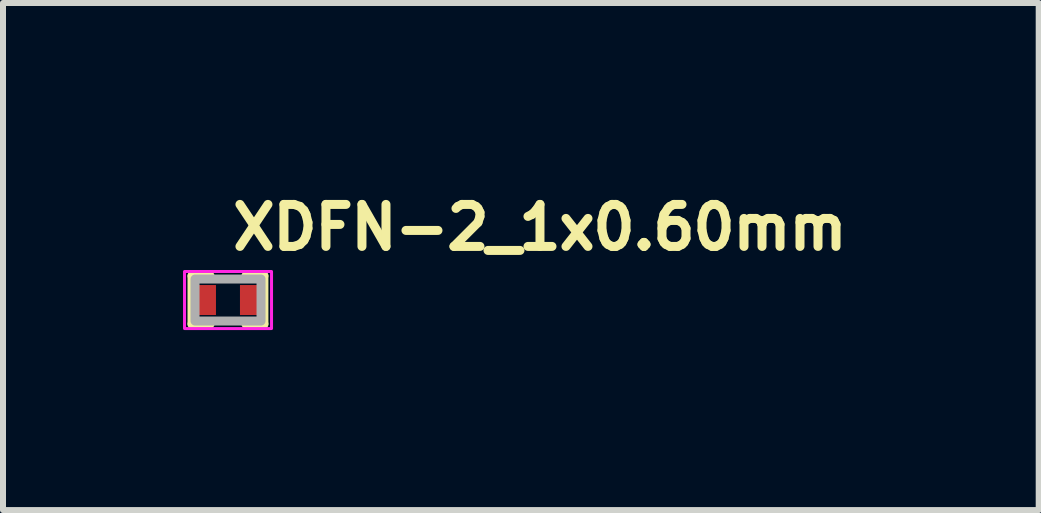
<source format=kicad_pcb>
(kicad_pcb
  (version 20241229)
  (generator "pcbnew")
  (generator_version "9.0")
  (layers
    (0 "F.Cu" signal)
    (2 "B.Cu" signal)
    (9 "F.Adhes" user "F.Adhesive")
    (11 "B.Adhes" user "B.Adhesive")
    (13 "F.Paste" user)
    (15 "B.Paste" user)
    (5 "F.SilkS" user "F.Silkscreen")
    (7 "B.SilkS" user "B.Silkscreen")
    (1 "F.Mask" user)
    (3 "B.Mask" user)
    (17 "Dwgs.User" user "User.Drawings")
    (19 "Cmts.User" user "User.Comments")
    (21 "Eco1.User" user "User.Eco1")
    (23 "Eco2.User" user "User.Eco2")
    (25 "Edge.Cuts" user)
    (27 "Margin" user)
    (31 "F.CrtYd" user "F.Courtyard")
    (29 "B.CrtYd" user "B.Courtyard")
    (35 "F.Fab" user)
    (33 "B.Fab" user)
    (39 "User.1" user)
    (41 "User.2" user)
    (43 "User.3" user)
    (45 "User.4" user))
  (footprint "XDFN-2_1x0.60mm"
    (layer "F.Cu")
    (at 0.75 1.95)
    (property "Reference" "XDFN-2_1x0.60mm" (at 0 -0.8 180) (layer "F.SilkS") (effects (font (size 0.7 0.7) (thickness 0.15)) (justify left bottom)))
    (attr smd)
    (fp_line (start -0.6 -0.402) (end -0.6 0.4) (stroke (width 0.15) (type solid)) (layer "F.SilkS"))
    (fp_line (start -0.6 0.4) (end -0.3 0.4) (stroke (width 0.15) (type solid)) (layer "F.SilkS"))
    (fp_line (start -0.3 -0.402) (end -0.6 -0.402) (stroke (width 0.15) (type solid)) (layer "F.SilkS"))
    (fp_line (start 0.298 -0.402) (end 0.598 -0.402) (stroke (width 0.15) (type solid)) (layer "F.SilkS"))
    (fp_line (start 0.598 -0.402) (end 0.598 0.4) (stroke (width 0.15) (type solid)) (layer "F.SilkS"))
    (fp_line (start 0.598 0.4) (end 0.298 0.4) (stroke (width 0.15) (type solid)) (layer "F.SilkS"))
    (fp_rect (start -0.725 -0.475) (end 0.725 0.475) (stroke (width 0.05) (type solid)) (fill no) (layer "F.CrtYd"))
    (fp_rect (start -0.55 -0.35) (end 0.55 0.35) (stroke (width 0.15) (type solid)) (fill no) (layer "F.Fab"))
    (fp_rect (start -0.5 -0.3) (end 0.5 0.3) (stroke (width 0.1) (type solid)) (fill no) (layer "User.5"))
    (fp_line (start -0.5 -0.3) (end -0.5 0.298) (stroke (width 0.02) (type solid)) (layer "User.9"))
    (fp_line (start -0.5 0.298) (end 0.498 0.298) (stroke (width 0.02) (type solid)) (layer "User.9"))
    (fp_line (start 0.498 -0.3) (end -0.5 -0.3) (stroke (width 0.02) (type solid)) (layer "User.9"))
    (fp_line (start 0.498 0.298) (end 0.498 -0.3) (stroke (width 0.02) (type solid)) (layer "User.9"))
    (pad "1" smd rect (at -0.351 0) (size 0.3 0.5) (layers "F.Cu" "F.Mask" "F.Paste"))
    (pad "2" smd rect (at 0.349 0) (size 0.3 0.5) (layers "F.Cu" "F.Mask" "F.Paste")))
  (gr_rect
    (start -3 -3)
    (end 14.26 5.45)
    (stroke (width 0.1) (type default))
    (fill no)
    (layer "Edge.Cuts")))
</source>
